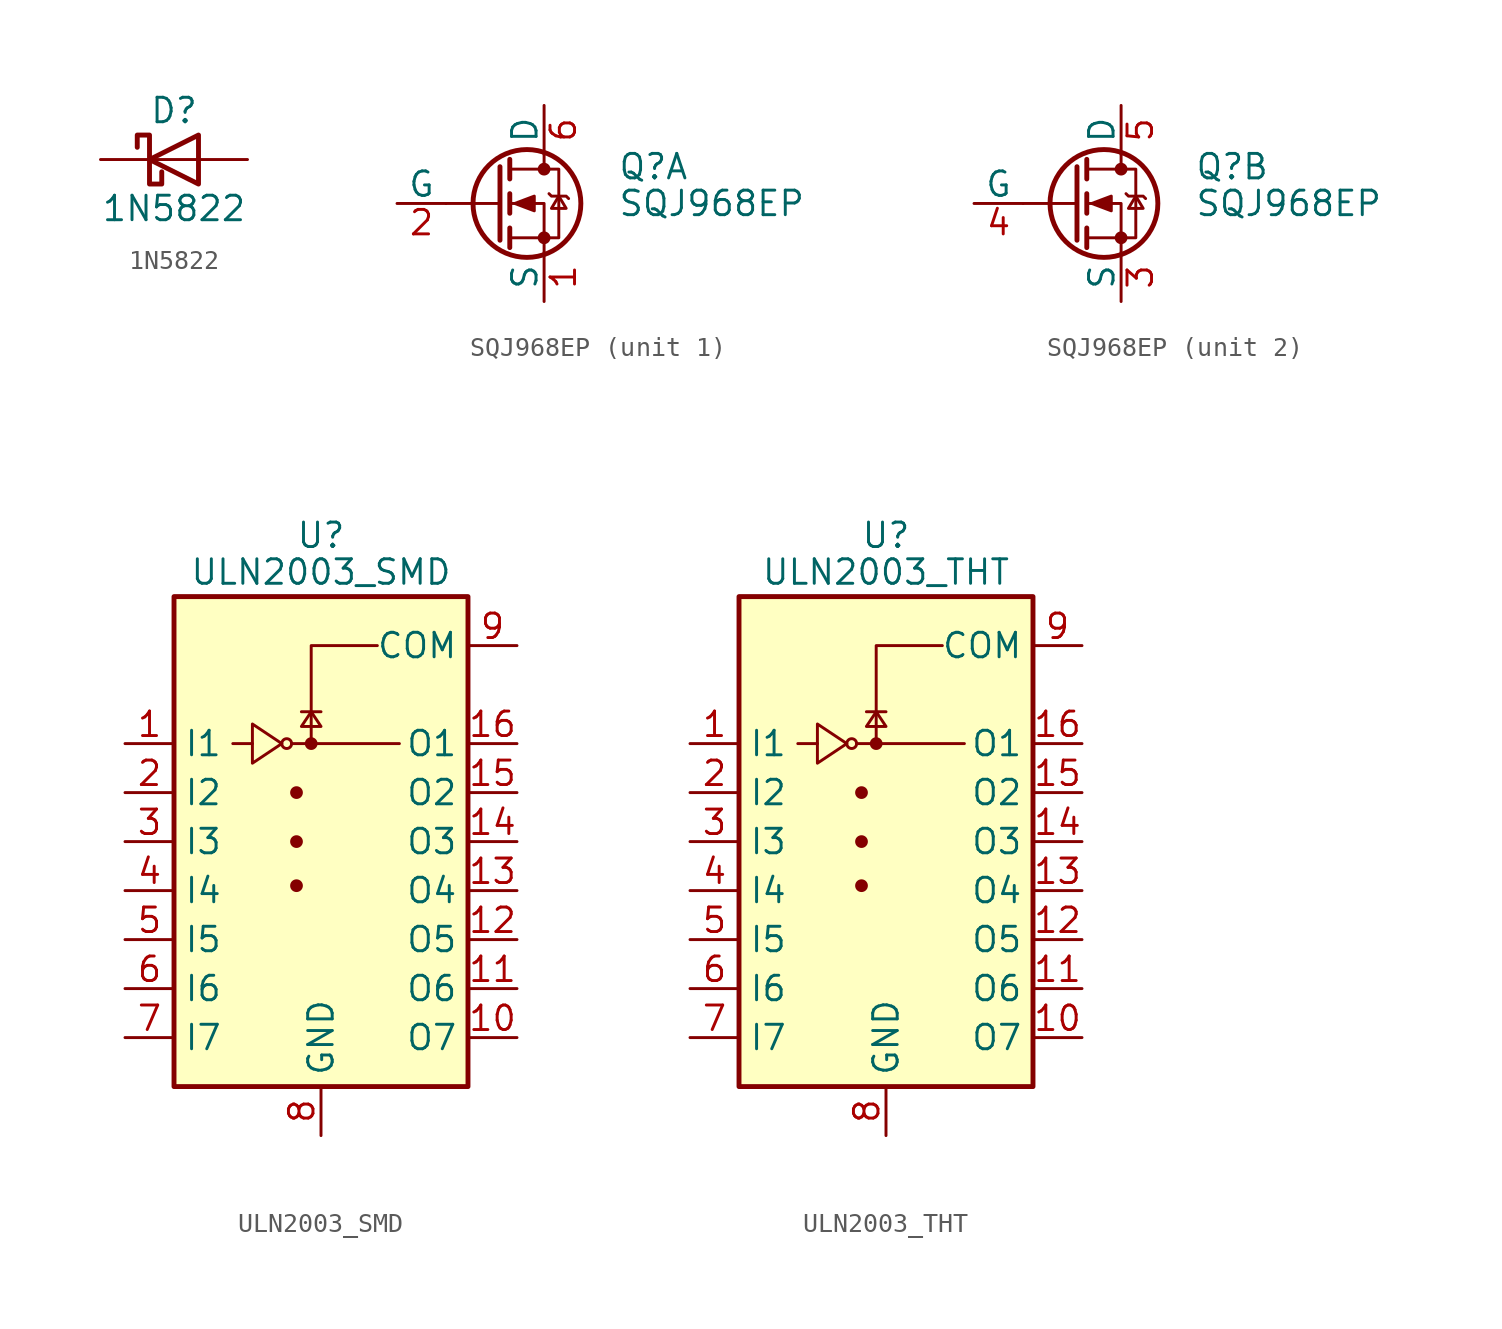
<source format=kicad_sym>
(kicad_symbol_lib
  (version 20231120)
  (generator "kicad_symbol_editor")
  (generator_version "8.0")
  (symbol "1N5822"
    (pin_numbers hide)
    (pin_names
      (offset 1.016) hide)
    (property "Reference" "D"
      (at 0 2.54 0)
      (effects (font (size 1.27 1.27))))
    (property "Value" "1N5822"
      (at 0 -2.54 0)
      (effects (font (size 1.27 1.27))))
    (symbol "1N5822_0_1"
      (polyline (pts (xy 1.27 0) (xy -1.27 0)) (stroke (width 0) (type default)) (fill (type none)))
      (polyline (pts (xy 1.27 1.27) (xy 1.27 -1.27) (xy -1.27 0) (xy 1.27 1.27)) (stroke (width 0.254) (type default)) (fill (type none)))
      (polyline (pts (xy -1.905 0.635) (xy -1.905 1.27) (xy -1.27 1.27) (xy -1.27 -1.27) (xy -0.635 -1.27) (xy -0.635 -0.635)) (stroke (width 0.254) (type default)) (fill (type none))))
    (symbol "1N5822_1_1"
      (pin passive line (at -3.81 0 0) (length 2.54) (name "K" (effects (font (size 1.27 1.27)))) (number "1" (effects (font (size 1.27 1.27)))))
      (pin passive line (at 3.81 0 180) (length 2.54) (name "A" (effects (font (size 1.27 1.27)))) (number "2" (effects (font (size 1.27 1.27)))))))
  (symbol "SQJ968EP"
    (pin_names
      (offset 0))
    (property "Reference" "Q"
      (at 6.35 1.905 0)
      (effects (font (size 1.27 1.27)) (justify left)))
    (property "Value" "SQJ968EP"
      (at 6.35 0 0)
      (effects (font (size 1.27 1.27)) (justify left)))
    (symbol "SQJ968EP_0_1"
      (polyline (pts (xy 0.254 0) (xy -2.54 0)) (stroke (width 0) (type default)) (fill (type none)))
      (polyline (pts (xy 0.254 1.905) (xy 0.254 -1.905)) (stroke (width 0.254) (type default)) (fill (type none)))
      (polyline (pts (xy 0.762 -1.27) (xy 0.762 -2.286)) (stroke (width 0.254) (type default)) (fill (type none)))
      (polyline (pts (xy 0.762 0.508) (xy 0.762 -0.508)) (stroke (width 0.254) (type default)) (fill (type none)))
      (polyline (pts (xy 0.762 2.286) (xy 0.762 1.27)) (stroke (width 0.254) (type default)) (fill (type none)))
      (polyline (pts (xy 2.54 2.54) (xy 2.54 1.778)) (stroke (width 0) (type default)) (fill (type none)))
      (polyline (pts (xy 2.54 -2.54) (xy 2.54 0) (xy 0.762 0)) (stroke (width 0) (type default)) (fill (type none)))
      (polyline (pts (xy 0.762 -1.778) (xy 3.302 -1.778) (xy 3.302 1.778) (xy 0.762 1.778)) (stroke (width 0) (type default)) (fill (type none)))
      (polyline (pts (xy 1.016 0) (xy 2.032 0.381) (xy 2.032 -0.381) (xy 1.016 0)) (stroke (width 0) (type default)) (fill (type outline)))
      (polyline (pts (xy 2.794 0.508) (xy 2.921 0.381) (xy 3.683 0.381) (xy 3.81 0.254)) (stroke (width 0) (type default)) (fill (type none)))
      (polyline (pts (xy 3.302 0.381) (xy 2.921 -0.254) (xy 3.683 -0.254) (xy 3.302 0.381)) (stroke (width 0) (type default)) (fill (type none)))
      (circle (center 1.651 0) (radius 2.794) (stroke (width 0.254) (type default)) (fill (type none)))
      (circle (center 2.54 -1.778) (radius 0.254) (stroke (width 0) (type default)) (fill (type outline)))
      (circle (center 2.54 1.778) (radius 0.254) (stroke (width 0) (type default)) (fill (type outline))))
    (symbol "SQJ968EP_1_1"
      (pin passive line (at 2.54 -5.08 90) (length 2.54) (name "S" (effects (font (size 1.27 1.27)))) (number "1" (effects (font (size 1.27 1.27)))))
      (pin input line (at -5.08 0 0) (length 2.54) (name "G" (effects (font (size 1.27 1.27)))) (number "2" (effects (font (size 1.27 1.27)))))
      (pin passive line (at 2.54 5.08 270) (length 2.54) (name "D" (effects (font (size 1.27 1.27)))) (number "6" (effects (font (size 1.27 1.27))))))
    (symbol "SQJ968EP_2_1"
      (pin passive line (at 2.54 -5.08 90) (length 2.54) (name "S" (effects (font (size 1.27 1.27)))) (number "3" (effects (font (size 1.27 1.27)))))
      (pin input line (at -5.08 0 0) (length 2.54) (name "G" (effects (font (size 1.27 1.27)))) (number "4" (effects (font (size 1.27 1.27)))))
      (pin passive line (at 2.54 5.08 270) (length 2.54) (name "D" (effects (font (size 1.27 1.27)))) (number "5" (effects (font (size 1.27 1.27)))))))
  (symbol "ULN2003_SMD"
    (property "Reference" "U"
      (at 0 15.875 0)
      (effects (font (size 1.27 1.27))))
    (property "Value" "ULN2003_SMD"
      (at 0 13.97 0)
      (effects (font (size 1.27 1.27))))
    (symbol "ULN2003_SMD_0_1"
      (rectangle (start -7.62 -12.7) (end 7.62 12.7) (stroke (width 0.254) (type default)) (fill (type background)))
      (circle (center -1.778 5.08) (radius 0.254) (stroke (width 0) (type default)) (fill (type none)))
      (circle (center -1.27 -2.286) (radius 0.254) (stroke (width 0) (type default)) (fill (type outline)))
      (circle (center -1.27 0) (radius 0.254) (stroke (width 0) (type default)) (fill (type outline)))
      (circle (center -1.27 2.54) (radius 0.254) (stroke (width 0) (type default)) (fill (type outline)))
      (circle (center -0.508 5.08) (radius 0.254) (stroke (width 0) (type default)) (fill (type outline)))
      (polyline (pts (xy -4.572 5.08) (xy -3.556 5.08)) (stroke (width 0) (type default)) (fill (type none)))
      (polyline (pts (xy -1.524 5.08) (xy 4.064 5.08)) (stroke (width 0) (type default)) (fill (type none)))
      (polyline (pts (xy 0 6.731) (xy -1.016 6.731)) (stroke (width 0) (type default)) (fill (type none)))
      (polyline (pts (xy -0.508 5.08) (xy -0.508 10.16) (xy 2.921 10.16)) (stroke (width 0) (type default)) (fill (type none)))
      (polyline (pts (xy -3.556 6.096) (xy -3.556 4.064) (xy -2.032 5.08) (xy -3.556 6.096)) (stroke (width 0) (type default)) (fill (type none)))
      (polyline (pts (xy 0 5.969) (xy -1.016 5.969) (xy -0.508 6.731) (xy 0 5.969)) (stroke (width 0) (type default)) (fill (type none))))
    (symbol "ULN2003_SMD_1_1"
      (pin input line (at -10.16 5.08 0) (length 2.54) (name "I1" (effects (font (size 1.27 1.27)))) (number "1" (effects (font (size 1.27 1.27)))))
      (pin open_collector line (at 10.16 -10.16 180) (length 2.54) (name "O7" (effects (font (size 1.27 1.27)))) (number "10" (effects (font (size 1.27 1.27)))))
      (pin open_collector line (at 10.16 -7.62 180) (length 2.54) (name "O6" (effects (font (size 1.27 1.27)))) (number "11" (effects (font (size 1.27 1.27)))))
      (pin open_collector line (at 10.16 -5.08 180) (length 2.54) (name "O5" (effects (font (size 1.27 1.27)))) (number "12" (effects (font (size 1.27 1.27)))))
      (pin open_collector line (at 10.16 -2.54 180) (length 2.54) (name "O4" (effects (font (size 1.27 1.27)))) (number "13" (effects (font (size 1.27 1.27)))))
      (pin open_collector line (at 10.16 0 180) (length 2.54) (name "O3" (effects (font (size 1.27 1.27)))) (number "14" (effects (font (size 1.27 1.27)))))
      (pin open_collector line (at 10.16 2.54 180) (length 2.54) (name "O2" (effects (font (size 1.27 1.27)))) (number "15" (effects (font (size 1.27 1.27)))))
      (pin open_collector line (at 10.16 5.08 180) (length 2.54) (name "O1" (effects (font (size 1.27 1.27)))) (number "16" (effects (font (size 1.27 1.27)))))
      (pin input line (at -10.16 2.54 0) (length 2.54) (name "I2" (effects (font (size 1.27 1.27)))) (number "2" (effects (font (size 1.27 1.27)))))
      (pin input line (at -10.16 0 0) (length 2.54) (name "I3" (effects (font (size 1.27 1.27)))) (number "3" (effects (font (size 1.27 1.27)))))
      (pin input line (at -10.16 -2.54 0) (length 2.54) (name "I4" (effects (font (size 1.27 1.27)))) (number "4" (effects (font (size 1.27 1.27)))))
      (pin input line (at -10.16 -5.08 0) (length 2.54) (name "I5" (effects (font (size 1.27 1.27)))) (number "5" (effects (font (size 1.27 1.27)))))
      (pin input line (at -10.16 -7.62 0) (length 2.54) (name "I6" (effects (font (size 1.27 1.27)))) (number "6" (effects (font (size 1.27 1.27)))))
      (pin input line (at -10.16 -10.16 0) (length 2.54) (name "I7" (effects (font (size 1.27 1.27)))) (number "7" (effects (font (size 1.27 1.27)))))
      (pin power_in line (at 0 -15.24 90) (length 2.54) (name "GND" (effects (font (size 1.27 1.27)))) (number "8" (effects (font (size 1.27 1.27)))))
      (pin passive line (at 10.16 10.16 180) (length 2.54) (name "COM" (effects (font (size 1.27 1.27)))) (number "9" (effects (font (size 1.27 1.27)))))))
  (symbol "ULN2003_THT"
    (property "Reference" "U"
      (at 0 15.875 0)
      (effects (font (size 1.27 1.27))))
    (property "Value" "ULN2003_THT"
      (at 0 13.97 0)
      (effects (font (size 1.27 1.27))))
    (symbol "ULN2003_THT_0_1"
      (rectangle (start -7.62 -12.7) (end 7.62 12.7) (stroke (width 0.254) (type default)) (fill (type background)))
      (circle (center -1.778 5.08) (radius 0.254) (stroke (width 0) (type default)) (fill (type none)))
      (circle (center -1.27 -2.286) (radius 0.254) (stroke (width 0) (type default)) (fill (type outline)))
      (circle (center -1.27 0) (radius 0.254) (stroke (width 0) (type default)) (fill (type outline)))
      (circle (center -1.27 2.54) (radius 0.254) (stroke (width 0) (type default)) (fill (type outline)))
      (circle (center -0.508 5.08) (radius 0.254) (stroke (width 0) (type default)) (fill (type outline)))
      (polyline (pts (xy -4.572 5.08) (xy -3.556 5.08)) (stroke (width 0) (type default)) (fill (type none)))
      (polyline (pts (xy -1.524 5.08) (xy 4.064 5.08)) (stroke (width 0) (type default)) (fill (type none)))
      (polyline (pts (xy 0 6.731) (xy -1.016 6.731)) (stroke (width 0) (type default)) (fill (type none)))
      (polyline (pts (xy -0.508 5.08) (xy -0.508 10.16) (xy 2.921 10.16)) (stroke (width 0) (type default)) (fill (type none)))
      (polyline (pts (xy -3.556 6.096) (xy -3.556 4.064) (xy -2.032 5.08) (xy -3.556 6.096)) (stroke (width 0) (type default)) (fill (type none)))
      (polyline (pts (xy 0 5.969) (xy -1.016 5.969) (xy -0.508 6.731) (xy 0 5.969)) (stroke (width 0) (type default)) (fill (type none))))
    (symbol "ULN2003_THT_1_1"
      (pin input line (at -10.16 5.08 0) (length 2.54) (name "I1" (effects (font (size 1.27 1.27)))) (number "1" (effects (font (size 1.27 1.27)))))
      (pin open_collector line (at 10.16 -10.16 180) (length 2.54) (name "O7" (effects (font (size 1.27 1.27)))) (number "10" (effects (font (size 1.27 1.27)))))
      (pin open_collector line (at 10.16 -7.62 180) (length 2.54) (name "O6" (effects (font (size 1.27 1.27)))) (number "11" (effects (font (size 1.27 1.27)))))
      (pin open_collector line (at 10.16 -5.08 180) (length 2.54) (name "O5" (effects (font (size 1.27 1.27)))) (number "12" (effects (font (size 1.27 1.27)))))
      (pin open_collector line (at 10.16 -2.54 180) (length 2.54) (name "O4" (effects (font (size 1.27 1.27)))) (number "13" (effects (font (size 1.27 1.27)))))
      (pin open_collector line (at 10.16 0 180) (length 2.54) (name "O3" (effects (font (size 1.27 1.27)))) (number "14" (effects (font (size 1.27 1.27)))))
      (pin open_collector line (at 10.16 2.54 180) (length 2.54) (name "O2" (effects (font (size 1.27 1.27)))) (number "15" (effects (font (size 1.27 1.27)))))
      (pin open_collector line (at 10.16 5.08 180) (length 2.54) (name "O1" (effects (font (size 1.27 1.27)))) (number "16" (effects (font (size 1.27 1.27)))))
      (pin input line (at -10.16 2.54 0) (length 2.54) (name "I2" (effects (font (size 1.27 1.27)))) (number "2" (effects (font (size 1.27 1.27)))))
      (pin input line (at -10.16 0 0) (length 2.54) (name "I3" (effects (font (size 1.27 1.27)))) (number "3" (effects (font (size 1.27 1.27)))))
      (pin input line (at -10.16 -2.54 0) (length 2.54) (name "I4" (effects (font (size 1.27 1.27)))) (number "4" (effects (font (size 1.27 1.27)))))
      (pin input line (at -10.16 -5.08 0) (length 2.54) (name "I5" (effects (font (size 1.27 1.27)))) (number "5" (effects (font (size 1.27 1.27)))))
      (pin input line (at -10.16 -7.62 0) (length 2.54) (name "I6" (effects (font (size 1.27 1.27)))) (number "6" (effects (font (size 1.27 1.27)))))
      (pin input line (at -10.16 -10.16 0) (length 2.54) (name "I7" (effects (font (size 1.27 1.27)))) (number "7" (effects (font (size 1.27 1.27)))))
      (pin power_in line (at 0 -15.24 90) (length 2.54) (name "GND" (effects (font (size 1.27 1.27)))) (number "8" (effects (font (size 1.27 1.27)))))
      (pin passive line (at 10.16 10.16 180) (length 2.54) (name "COM" (effects (font (size 1.27 1.27)))) (number "9" (effects (font (size 1.27 1.27))))))))
</source>
